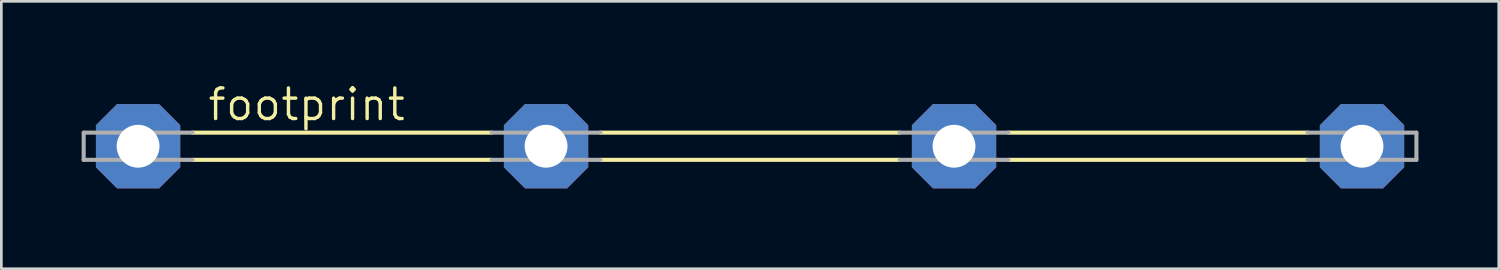
<source format=kicad_pcb>
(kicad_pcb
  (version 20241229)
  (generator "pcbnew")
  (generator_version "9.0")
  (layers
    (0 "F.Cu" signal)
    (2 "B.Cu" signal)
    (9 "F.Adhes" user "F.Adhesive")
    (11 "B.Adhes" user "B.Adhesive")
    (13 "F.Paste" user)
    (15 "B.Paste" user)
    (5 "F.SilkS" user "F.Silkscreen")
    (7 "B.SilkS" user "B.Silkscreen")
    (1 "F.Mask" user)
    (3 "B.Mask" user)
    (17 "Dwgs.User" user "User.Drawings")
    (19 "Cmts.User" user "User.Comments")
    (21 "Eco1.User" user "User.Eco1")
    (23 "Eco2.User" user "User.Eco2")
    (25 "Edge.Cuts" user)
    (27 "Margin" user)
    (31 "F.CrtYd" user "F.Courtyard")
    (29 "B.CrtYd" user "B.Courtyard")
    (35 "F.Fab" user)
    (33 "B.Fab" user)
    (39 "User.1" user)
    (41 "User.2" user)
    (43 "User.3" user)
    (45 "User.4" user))
  (footprint "footprint"
    (layer "F.Cu")
    (at 24.968 2.413)
    (property "Reference" "footprint" (at -20.32 -0.889 0) (layer "F.SilkS") (effects (font (size 1.143 1.143) (thickness 0.127)) (justify left bottom)))
    (fp_line (start -20.828 -0.508) (end -9.652 -0.508) (stroke (width 0.152) (type solid)) (layer "F.SilkS"))
    (fp_line (start -20.828 0.508) (end -9.652 0.508) (stroke (width 0.152) (type solid)) (layer "F.SilkS"))
    (fp_line (start -5.588 -0.508) (end 5.588 -0.508) (stroke (width 0.152) (type solid)) (layer "F.SilkS"))
    (fp_line (start -5.588 0.508) (end 5.588 0.508) (stroke (width 0.152) (type solid)) (layer "F.SilkS"))
    (fp_line (start 9.652 -0.508) (end 20.828 -0.508) (stroke (width 0.152) (type solid)) (layer "F.SilkS"))
    (fp_line (start 9.652 0.508) (end 20.828 0.508) (stroke (width 0.152) (type solid)) (layer "F.SilkS"))
    (fp_line (start -24.892 -0.508) (end -24.892 0.508) (stroke (width 0.152) (type solid)) (layer "F.Fab"))
    (fp_line (start -24.892 0.508) (end -20.828 0.508) (stroke (width 0.152) (type solid)) (layer "F.Fab"))
    (fp_line (start -20.828 -0.508) (end -24.892 -0.508) (stroke (width 0.152) (type solid)) (layer "F.Fab"))
    (fp_line (start -9.652 0.508) (end -5.588 0.508) (stroke (width 0.152) (type solid)) (layer "F.Fab"))
    (fp_line (start -5.588 -0.508) (end -9.652 -0.508) (stroke (width 0.152) (type solid)) (layer "F.Fab"))
    (fp_line (start 5.588 -0.508) (end 9.652 -0.508) (stroke (width 0.152) (type solid)) (layer "F.Fab"))
    (fp_line (start 5.588 0.508) (end 9.652 0.508) (stroke (width 0.152) (type solid)) (layer "F.Fab"))
    (fp_line (start 20.828 0.508) (end 24.892 0.508) (stroke (width 0.152) (type solid)) (layer "F.Fab"))
    (fp_line (start 24.892 -0.508) (end 20.828 -0.508) (stroke (width 0.152) (type solid)) (layer "F.Fab"))
    (fp_line (start 24.892 0.508) (end 24.892 -0.508) (stroke (width 0.152) (type solid)) (layer "F.Fab"))
    (pad "1" thru_hole roundrect (at -22.86 0) (size 3.15 3.15) (drill 1.6) (layers "*.Cu" "*.Mask") (roundrect_rratio 0.25) (chamfer_ratio 0.25) (chamfer top_left top_right bottom_left bottom_right))
    (pad "2" thru_hole roundrect (at -7.62 0) (size 3.15 3.15) (drill 1.6) (layers "*.Cu" "*.Mask") (roundrect_rratio 0.25) (chamfer_ratio 0.25) (chamfer top_left top_right bottom_left bottom_right))
    (pad "3" thru_hole roundrect (at 7.62 0) (size 3.15 3.15) (drill 1.6) (layers "*.Cu" "*.Mask") (roundrect_rratio 0.25) (chamfer_ratio 0.25) (chamfer top_left top_right bottom_left bottom_right))
    (pad "4" thru_hole roundrect (at 22.86 0) (size 3.15 3.15) (drill 1.6) (layers "*.Cu" "*.Mask") (roundrect_rratio 0.25) (chamfer_ratio 0.25) (chamfer top_left top_right bottom_left bottom_right)))
  (gr_rect
    (start -3 -3)
    (end 52.936 6.988)
    (stroke (width 0.1) (type default))
    (fill no)
    (layer "Edge.Cuts")))
</source>
